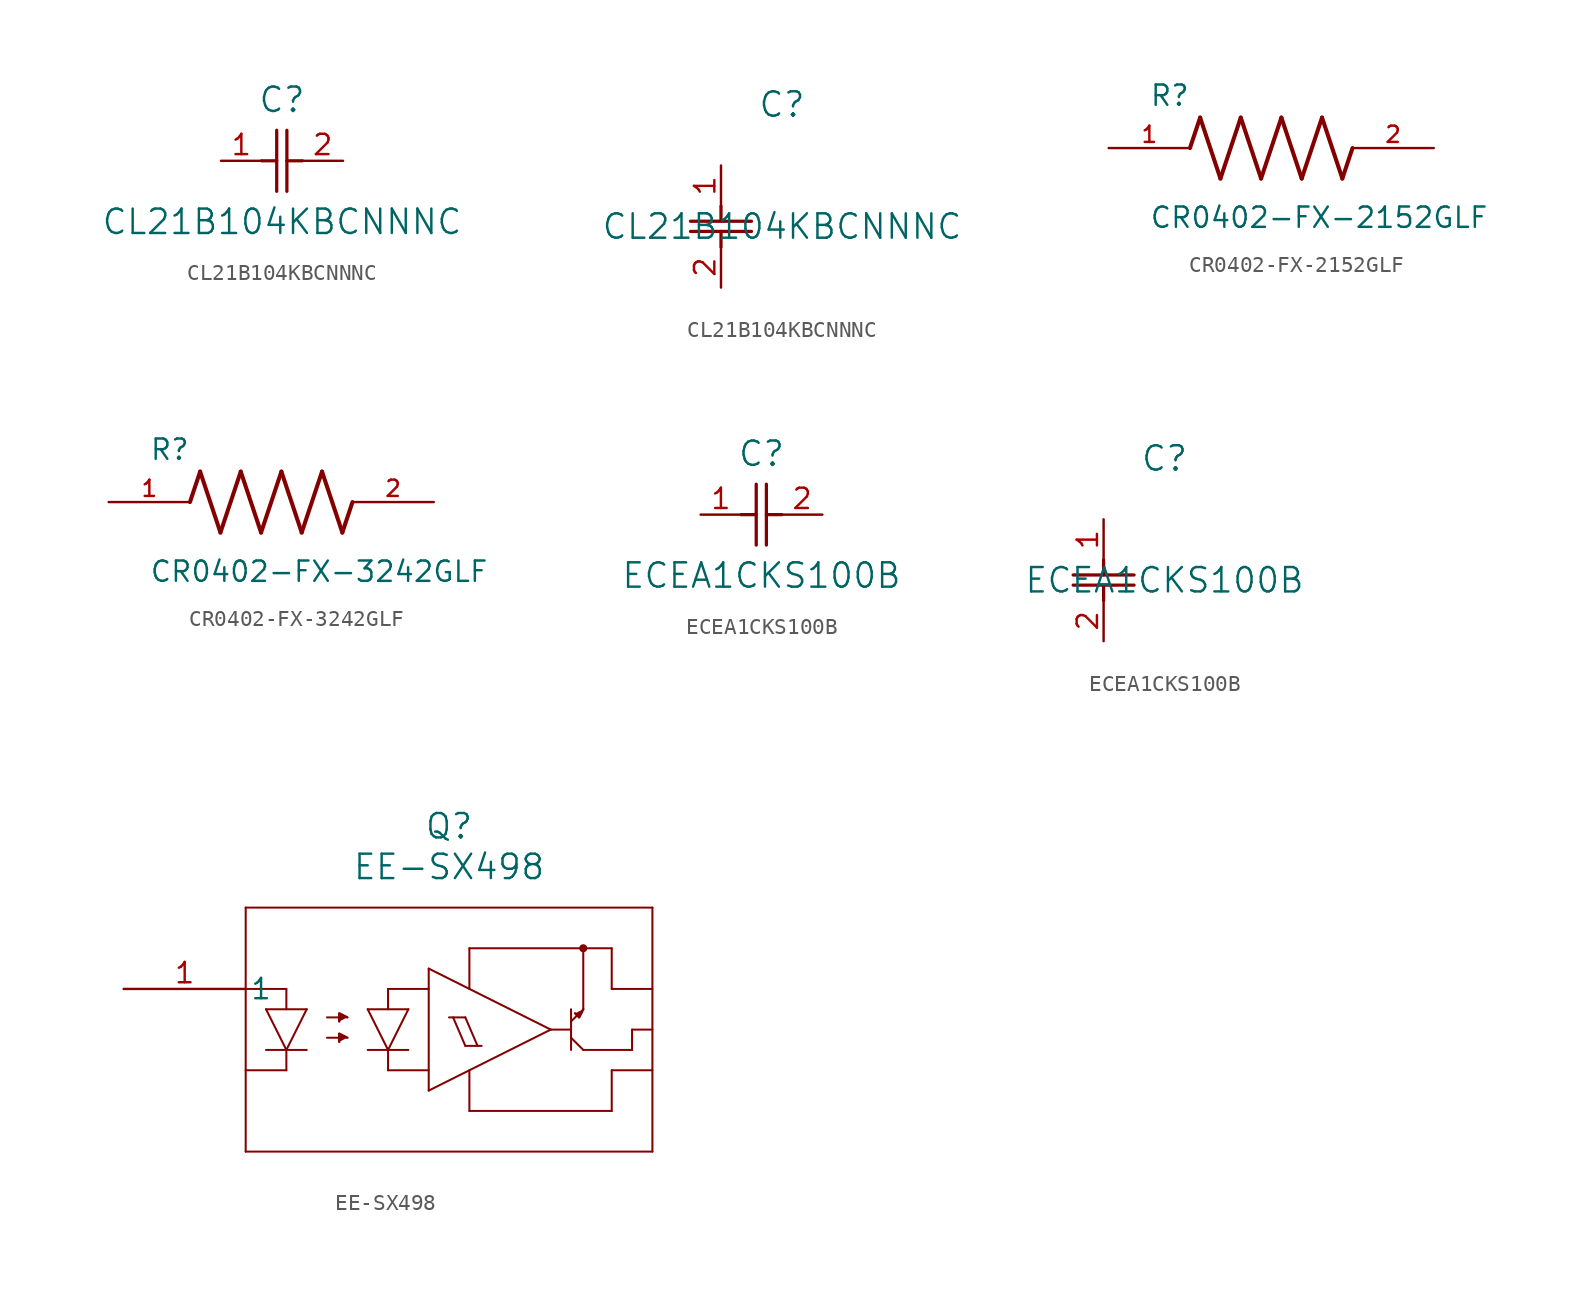
<source format=kicad_sym>
(kicad_symbol_lib
  (version 20211014)
  (generator kicad_symbol_editor)
  (symbol "CL21B104KBCNNNC"
    (pin_names
      (offset 0.254))
    (property "Reference" "C"
      (at 3.81 3.81 0)
      (effects (font (size 1.524 1.524))))
    (property "Value" "CL21B104KBCNNNC"
      (at 3.81 -3.81 0)
      (effects (font (size 1.524 1.524))))
    (symbol "CL21B104KBCNNNC_1_1"
      (polyline (pts (xy 3.48 -1.905) (xy 3.48 1.905)) (stroke (width 0.203) (type default) (color 0 0 0 0)) (fill (type none)))
      (polyline (pts (xy 4.115 -1.905) (xy 4.115 1.905)) (stroke (width 0.203) (type default) (color 0 0 0 0)) (fill (type none)))
      (polyline (pts (xy 4.115 0) (xy 5.08 0)) (stroke (width 0.203) (type default) (color 0 0 0 0)) (fill (type none)))
      (polyline (pts (xy 2.54 0) (xy 3.48 0)) (stroke (width 0.203) (type default) (color 0 0 0 0)) (fill (type none)))
      (pin unspecified line (at 0 0 0) (length 2.54) (name "" (effects (font (size 1.27 1.27)))) (number "1" (effects (font (size 1.27 1.27)))))
      (pin unspecified line (at 7.62 0 180) (length 2.54) (name "" (effects (font (size 1.27 1.27)))) (number "2" (effects (font (size 1.27 1.27))))))
    (symbol "CL21B104KBCNNNC_1_2"
      (polyline (pts (xy -1.905 -3.48) (xy 1.905 -3.48)) (stroke (width 0.203) (type default) (color 0 0 0 0)) (fill (type none)))
      (polyline (pts (xy -1.905 -4.115) (xy 1.905 -4.115)) (stroke (width 0.203) (type default) (color 0 0 0 0)) (fill (type none)))
      (polyline (pts (xy 0 -4.115) (xy 0 -5.08)) (stroke (width 0.203) (type default) (color 0 0 0 0)) (fill (type none)))
      (polyline (pts (xy 0 -2.54) (xy 0 -3.48)) (stroke (width 0.203) (type default) (color 0 0 0 0)) (fill (type none)))
      (pin unspecified line (at 0 0 270) (length 2.54) (name "" (effects (font (size 1.27 1.27)))) (number "1" (effects (font (size 1.27 1.27)))))
      (pin unspecified line (at 0 -7.62 90) (length 2.54) (name "" (effects (font (size 1.27 1.27)))) (number "2" (effects (font (size 1.27 1.27)))))))
  (symbol "CR0402-FX-2152GLF"
    (pin_names
      (offset 1.016))
    (property "Reference" "R"
      (at -7.624 2.541 0)
      (effects (font (size 1.27 1.27)) (justify bottom left)))
    (property "Value" "CR0402-FX-2152GLF"
      (at -7.63 -5.087 0)
      (effects (font (size 1.27 1.27)) (justify bottom left)))
    (symbol "CR0402-FX-2152GLF_0_0"
      (polyline (pts (xy -5.08 0.0) (xy -4.445 1.905)) (stroke (width 0.254)))
      (polyline (pts (xy -4.445 1.905) (xy -3.175 -1.905)) (stroke (width 0.254)))
      (polyline (pts (xy -3.175 -1.905) (xy -1.905 1.905)) (stroke (width 0.254)))
      (polyline (pts (xy -1.905 1.905) (xy -0.635 -1.905)) (stroke (width 0.254)))
      (polyline (pts (xy -0.635 -1.905) (xy 0.635 1.905)) (stroke (width 0.254)))
      (polyline (pts (xy 0.635 1.905) (xy 1.905 -1.905)) (stroke (width 0.254)))
      (polyline (pts (xy 1.905 -1.905) (xy 3.175 1.905)) (stroke (width 0.254)))
      (polyline (pts (xy 3.175 1.905) (xy 4.445 -1.905)) (stroke (width 0.254)))
      (polyline (pts (xy 4.445 -1.905) (xy 5.08 0.0)) (stroke (width 0.254)))
      (pin passive line (at -10.16 0.0 0) (length 5.08) (name "~" (effects (font (size 1.016 1.016)))) (number "1" (effects (font (size 1.016 1.016)))))
      (pin passive line (at 10.16 0.0 180.0) (length 5.08) (name "~" (effects (font (size 1.016 1.016)))) (number "2" (effects (font (size 1.016 1.016)))))))
  (symbol "CR0402-FX-3242GLF"
    (pin_names
      (offset 1.016))
    (property "Reference" "R"
      (at -7.624 2.541 0)
      (effects (font (size 1.27 1.27)) (justify bottom left)))
    (property "Value" "CR0402-FX-3242GLF"
      (at -7.63 -5.087 0)
      (effects (font (size 1.27 1.27)) (justify bottom left)))
    (symbol "CR0402-FX-3242GLF_0_0"
      (polyline (pts (xy -5.08 0.0) (xy -4.445 1.905)) (stroke (width 0.254)))
      (polyline (pts (xy -4.445 1.905) (xy -3.175 -1.905)) (stroke (width 0.254)))
      (polyline (pts (xy -3.175 -1.905) (xy -1.905 1.905)) (stroke (width 0.254)))
      (polyline (pts (xy -1.905 1.905) (xy -0.635 -1.905)) (stroke (width 0.254)))
      (polyline (pts (xy -0.635 -1.905) (xy 0.635 1.905)) (stroke (width 0.254)))
      (polyline (pts (xy 0.635 1.905) (xy 1.905 -1.905)) (stroke (width 0.254)))
      (polyline (pts (xy 1.905 -1.905) (xy 3.175 1.905)) (stroke (width 0.254)))
      (polyline (pts (xy 3.175 1.905) (xy 4.445 -1.905)) (stroke (width 0.254)))
      (polyline (pts (xy 4.445 -1.905) (xy 5.08 0.0)) (stroke (width 0.254)))
      (pin passive line (at -10.16 0.0 0) (length 5.08) (name "~" (effects (font (size 1.016 1.016)))) (number "1" (effects (font (size 1.016 1.016)))))
      (pin passive line (at 10.16 0.0 180.0) (length 5.08) (name "~" (effects (font (size 1.016 1.016)))) (number "2" (effects (font (size 1.016 1.016)))))))
  (symbol "ECEA1CKS100B"
    (pin_names
      (offset 0.254))
    (property "Reference" "C"
      (at 3.81 3.81 0)
      (effects (font (size 1.524 1.524))))
    (property "Value" "ECEA1CKS100B"
      (at 3.81 -3.81 0)
      (effects (font (size 1.524 1.524))))
    (symbol "ECEA1CKS100B_1_1"
      (polyline (pts (xy 3.48 -1.905) (xy 3.48 1.905)) (stroke (width 0.203) (type default) (color 0 0 0 0)) (fill (type none)))
      (polyline (pts (xy 4.115 -1.905) (xy 4.115 1.905)) (stroke (width 0.203) (type default) (color 0 0 0 0)) (fill (type none)))
      (polyline (pts (xy 4.115 0) (xy 5.08 0)) (stroke (width 0.203) (type default) (color 0 0 0 0)) (fill (type none)))
      (polyline (pts (xy 2.54 0) (xy 3.48 0)) (stroke (width 0.203) (type default) (color 0 0 0 0)) (fill (type none)))
      (pin unspecified line (at 0 0 0) (length 2.54) (name "" (effects (font (size 1.27 1.27)))) (number "1" (effects (font (size 1.27 1.27)))))
      (pin unspecified line (at 7.62 0 180) (length 2.54) (name "" (effects (font (size 1.27 1.27)))) (number "2" (effects (font (size 1.27 1.27))))))
    (symbol "ECEA1CKS100B_1_2"
      (polyline (pts (xy -1.905 -3.48) (xy 1.905 -3.48)) (stroke (width 0.203) (type default) (color 0 0 0 0)) (fill (type none)))
      (polyline (pts (xy -1.905 -4.115) (xy 1.905 -4.115)) (stroke (width 0.203) (type default) (color 0 0 0 0)) (fill (type none)))
      (polyline (pts (xy 0 -4.115) (xy 0 -5.08)) (stroke (width 0.203) (type default) (color 0 0 0 0)) (fill (type none)))
      (polyline (pts (xy 0 -2.54) (xy 0 -3.48)) (stroke (width 0.203) (type default) (color 0 0 0 0)) (fill (type none)))
      (pin unspecified line (at 0 0 270) (length 2.54) (name "" (effects (font (size 1.27 1.27)))) (number "1" (effects (font (size 1.27 1.27)))))
      (pin unspecified line (at 0 -7.62 90) (length 2.54) (name "" (effects (font (size 1.27 1.27)))) (number "2" (effects (font (size 1.27 1.27)))))))
  (symbol "EE-SX498"
    (pin_names
      (offset 0.254))
    (property "Reference" "Q"
      (at 20.32 10.16 0)
      (effects (font (size 1.524 1.524))))
    (property "Value" "EE-SX498"
      (at 20.32 7.62 0)
      (effects (font (size 1.524 1.524))))
    (symbol "EE-SX498_0_1"
      (polyline (pts (xy 7.62 5.08) (xy 7.62 -10.16)) (stroke (width 0.127) (type default) (color 0 0 0 0)) (fill (type none)))
      (polyline (pts (xy 7.62 -10.16) (xy 33.02 -10.16)) (stroke (width 0.127) (type default) (color 0 0 0 0)) (fill (type none)))
      (polyline (pts (xy 33.02 -10.16) (xy 33.02 5.08)) (stroke (width 0.127) (type default) (color 0 0 0 0)) (fill (type none)))
      (polyline (pts (xy 33.02 5.08) (xy 7.62 5.08)) (stroke (width 0.127) (type default) (color 0 0 0 0)) (fill (type none)))
      (polyline (pts (xy 7.62 -5.08) (xy 10.16 -5.08)) (stroke (width 0.127) (type default) (color 0 0 0 0)) (fill (type none)))
      (polyline (pts (xy 7.62 0) (xy 10.16 0)) (stroke (width 0.127) (type default) (color 0 0 0 0)) (fill (type none)))
      (polyline (pts (xy 10.16 0) (xy 10.16 -1.27)) (stroke (width 0.127) (type default) (color 0 0 0 0)) (fill (type none)))
      (polyline (pts (xy 10.16 -5.08) (xy 10.16 -3.81)) (stroke (width 0.127) (type default) (color 0 0 0 0)) (fill (type none)))
      (polyline (pts (xy 8.89 -3.81) (xy 11.43 -3.81)) (stroke (width 0.127) (type default) (color 0 0 0 0)) (fill (type none)))
      (polyline (pts (xy 10.16 -3.81) (xy 8.89 -1.27)) (stroke (width 0.127) (type default) (color 0 0 0 0)) (fill (type none)))
      (polyline (pts (xy 8.89 -1.27) (xy 11.43 -1.27)) (stroke (width 0.127) (type default) (color 0 0 0 0)) (fill (type none)))
      (polyline (pts (xy 11.43 -1.27) (xy 10.16 -3.81)) (stroke (width 0.127) (type default) (color 0 0 0 0)) (fill (type none)))
      (polyline (pts (xy 12.7 -3.048) (xy 13.716 -3.048)) (stroke (width 0.127) (type default) (color 0 0 0 0)) (fill (type none)))
      (polyline (pts (xy 12.7 -1.778) (xy 13.716 -1.778)) (stroke (width 0.127) (type default) (color 0 0 0 0)) (fill (type none)))
      (polyline (pts (xy 16.51 0) (xy 16.51 -1.27)) (stroke (width 0.127) (type default) (color 0 0 0 0)) (fill (type none)))
      (polyline (pts (xy 16.51 -5.08) (xy 16.51 -3.81)) (stroke (width 0.127) (type default) (color 0 0 0 0)) (fill (type none)))
      (polyline (pts (xy 15.24 -3.81) (xy 17.78 -3.81)) (stroke (width 0.127) (type default) (color 0 0 0 0)) (fill (type none)))
      (polyline (pts (xy 16.51 -3.81) (xy 15.24 -1.27)) (stroke (width 0.127) (type default) (color 0 0 0 0)) (fill (type none)))
      (polyline (pts (xy 15.24 -1.27) (xy 17.78 -1.27)) (stroke (width 0.127) (type default) (color 0 0 0 0)) (fill (type none)))
      (polyline (pts (xy 17.78 -1.27) (xy 16.51 -3.81)) (stroke (width 0.127) (type default) (color 0 0 0 0)) (fill (type none)))
      (polyline (pts (xy 16.51 -5.08) (xy 19.05 -5.08)) (stroke (width 0.127) (type default) (color 0 0 0 0)) (fill (type none)))
      (polyline (pts (xy 16.51 0) (xy 19.05 0)) (stroke (width 0.127) (type default) (color 0 0 0 0)) (fill (type none)))
      (polyline (pts (xy 19.05 -6.35) (xy 19.05 1.27)) (stroke (width 0.127) (type default) (color 0 0 0 0)) (fill (type none)))
      (polyline (pts (xy 19.05 1.27) (xy 26.67 -2.54)) (stroke (width 0.127) (type default) (color 0 0 0 0)) (fill (type none)))
      (polyline (pts (xy 26.67 -2.54) (xy 19.05 -6.35)) (stroke (width 0.127) (type default) (color 0 0 0 0)) (fill (type none)))
      (polyline (pts (xy 13.97 -3.048) (xy 13.462 -2.794) (xy 13.462 -3.302)) (stroke (width 0) (type default) (color 0 0 0 0)) (fill (type outline)))
      (polyline (pts (xy 13.97 -1.778) (xy 13.462 -1.524) (xy 13.462 -2.032)) (stroke (width 0) (type default) (color 0 0 0 0)) (fill (type outline)))
      (polyline (pts (xy 27.94 -3.81) (xy 27.94 -1.27)) (stroke (width 0.127) (type default) (color 0 0 0 0)) (fill (type none)))
      (polyline (pts (xy 26.67 -2.54) (xy 27.94 -2.54)) (stroke (width 0.127) (type default) (color 0 0 0 0)) (fill (type none)))
      (polyline (pts (xy 21.59 -5.08) (xy 21.59 -7.62)) (stroke (width 0.127) (type default) (color 0 0 0 0)) (fill (type none)))
      (polyline (pts (xy 21.59 -7.62) (xy 30.48 -7.62)) (stroke (width 0.127) (type default) (color 0 0 0 0)) (fill (type none)))
      (polyline (pts (xy 30.48 -7.62) (xy 30.48 -5.08)) (stroke (width 0.127) (type default) (color 0 0 0 0)) (fill (type none)))
      (polyline (pts (xy 30.48 -5.08) (xy 33.02 -5.08)) (stroke (width 0.127) (type default) (color 0 0 0 0)) (fill (type none)))
      (polyline (pts (xy 33.02 -2.54) (xy 31.75 -2.54)) (stroke (width 0.127) (type default) (color 0 0 0 0)) (fill (type none)))
      (polyline (pts (xy 31.75 -3.81) (xy 31.75 -2.54)) (stroke (width 0.127) (type default) (color 0 0 0 0)) (fill (type none)))
      (polyline (pts (xy 31.75 -3.81) (xy 28.702 -3.81)) (stroke (width 0.127) (type default) (color 0 0 0 0)) (fill (type none)))
      (polyline (pts (xy 27.94 -3.048) (xy 28.702 -3.81)) (stroke (width 0.127) (type default) (color 0 0 0 0)) (fill (type none)))
      (polyline (pts (xy 27.94 -2.032) (xy 28.448 -1.524)) (stroke (width 0.127) (type default) (color 0 0 0 0)) (fill (type none)))
      (polyline (pts (xy 28.702 -1.27) (xy 28.448 -1.778) (xy 28.194 -1.524)) (stroke (width 0) (type default) (color 0 0 0 0)) (fill (type outline)))
      (polyline (pts (xy 21.59 0) (xy 21.59 2.54)) (stroke (width 0.127) (type default) (color 0 0 0 0)) (fill (type none)))
      (polyline (pts (xy 21.59 2.54) (xy 30.48 2.54)) (stroke (width 0.127) (type default) (color 0 0 0 0)) (fill (type none)))
      (polyline (pts (xy 30.48 2.54) (xy 30.48 0)) (stroke (width 0.127) (type default) (color 0 0 0 0)) (fill (type none)))
      (polyline (pts (xy 30.48 0) (xy 33.02 0)) (stroke (width 0.127) (type default) (color 0 0 0 0)) (fill (type none)))
      (polyline (pts (xy 28.702 -1.27) (xy 28.702 2.54)) (stroke (width 0.127) (type default) (color 0 0 0 0)) (fill (type none)))
      (polyline (pts (xy 20.32 -1.778) (xy 21.336 -1.778)) (stroke (width 0.127) (type default) (color 0 0 0 0)) (fill (type none)))
      (polyline (pts (xy 20.574 -1.778) (xy 21.336 -3.556)) (stroke (width 0.127) (type default) (color 0 0 0 0)) (fill (type none)))
      (polyline (pts (xy 21.336 -1.778) (xy 22.098 -3.556)) (stroke (width 0.127) (type default) (color 0 0 0 0)) (fill (type none)))
      (polyline (pts (xy 21.336 -3.556) (xy 22.352 -3.556)) (stroke (width 0.127) (type default) (color 0 0 0 0)) (fill (type none)))
      (circle (center 28.702 2.54) (radius 0.127) (stroke (width 0.254) (type default) (color 0 0 0 0)) (fill (type none)))
      (pin unspecified line (at 0 0 0) (length 7.62) (name "1" (effects (font (size 1.27 1.27)))) (number "1" (effects (font (size 1.27 1.27))))))))
</source>
